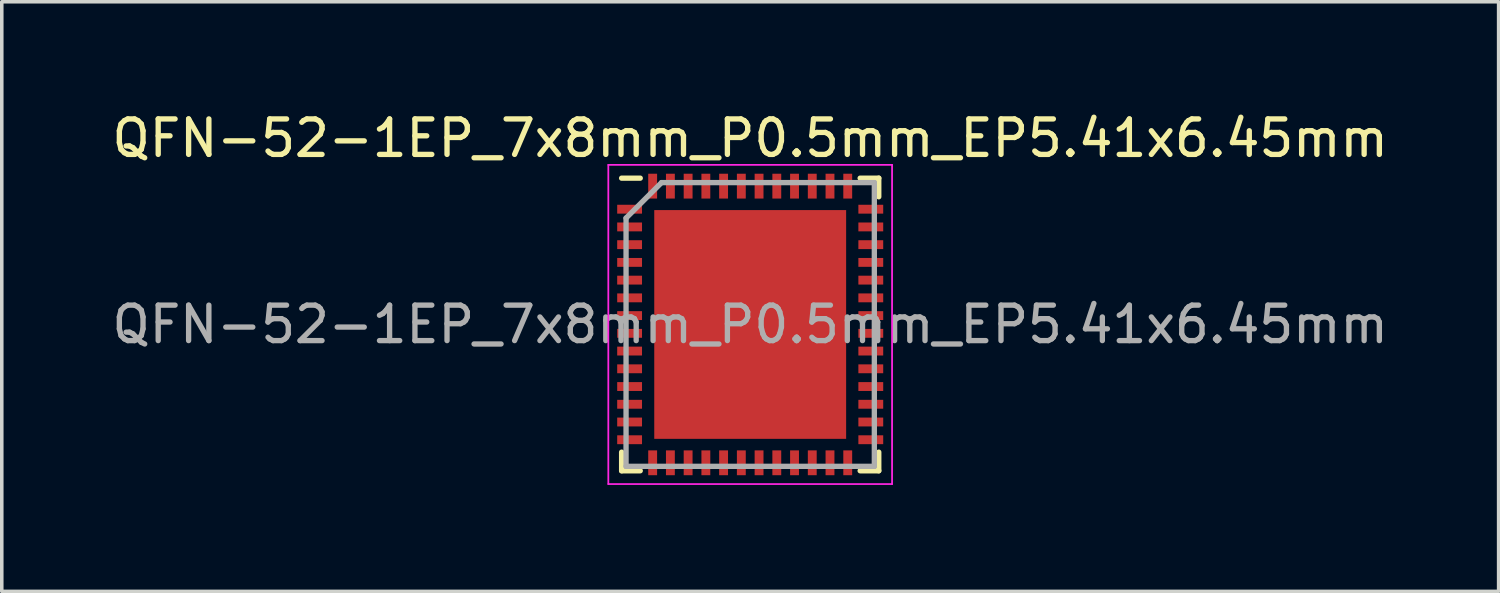
<source format=kicad_pcb>
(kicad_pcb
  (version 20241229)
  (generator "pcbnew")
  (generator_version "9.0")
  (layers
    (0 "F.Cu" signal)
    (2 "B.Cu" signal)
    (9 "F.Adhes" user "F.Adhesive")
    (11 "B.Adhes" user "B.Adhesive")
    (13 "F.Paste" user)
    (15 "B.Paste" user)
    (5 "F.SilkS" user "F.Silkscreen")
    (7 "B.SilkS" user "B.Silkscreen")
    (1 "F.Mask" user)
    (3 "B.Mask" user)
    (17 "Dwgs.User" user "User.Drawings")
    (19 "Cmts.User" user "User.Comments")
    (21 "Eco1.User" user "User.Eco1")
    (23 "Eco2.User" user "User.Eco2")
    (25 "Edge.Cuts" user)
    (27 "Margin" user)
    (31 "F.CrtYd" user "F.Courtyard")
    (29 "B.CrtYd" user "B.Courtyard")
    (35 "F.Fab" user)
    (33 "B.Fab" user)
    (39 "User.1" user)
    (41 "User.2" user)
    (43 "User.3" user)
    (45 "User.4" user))
  (footprint "QFN-52-1EP_7x8mm_P0.5mm_EP5.41x6.45mm"
    (layer "F.Cu")
    (at 18.101 6.098)
    (property "Reference" "QFN-52-1EP_7x8mm_P0.5mm_EP5.41x6.45mm" (at 0 -5.25 0) (layer "F.SilkS") (effects (font (size 1 1) (thickness 0.15))))
    (attr smd)
    (fp_line (start -3.625 -4.125) (end -3.1 -4.125) (stroke (width 0.15) (type solid)) (layer "F.SilkS"))
    (fp_line (start -3.625 4.125) (end -3.625 3.6) (stroke (width 0.15) (type solid)) (layer "F.SilkS"))
    (fp_line (start -3.625 4.125) (end -3.1 4.125) (stroke (width 0.15) (type solid)) (layer "F.SilkS"))
    (fp_line (start 3.625 -4.125) (end 3.1 -4.125) (stroke (width 0.15) (type solid)) (layer "F.SilkS"))
    (fp_line (start 3.625 -4.125) (end 3.625 -3.6) (stroke (width 0.15) (type solid)) (layer "F.SilkS"))
    (fp_line (start 3.625 4.125) (end 3.1 4.125) (stroke (width 0.15) (type solid)) (layer "F.SilkS"))
    (fp_line (start 3.625 4.125) (end 3.625 3.6) (stroke (width 0.15) (type solid)) (layer "F.SilkS"))
    (fp_line (start -4 -4.5) (end -4 4.5) (stroke (width 0.05) (type solid)) (layer "F.CrtYd"))
    (fp_line (start -4 -4.5) (end 4 -4.5) (stroke (width 0.05) (type solid)) (layer "F.CrtYd"))
    (fp_line (start -4 4.5) (end 4 4.5) (stroke (width 0.05) (type solid)) (layer "F.CrtYd"))
    (fp_line (start 4 -4.5) (end 4 4.5) (stroke (width 0.05) (type solid)) (layer "F.CrtYd"))
    (fp_line (start -3.5 -3) (end -2.5 -4) (stroke (width 0.15) (type solid)) (layer "F.Fab"))
    (fp_line (start -3.5 4) (end -3.5 -3) (stroke (width 0.15) (type solid)) (layer "F.Fab"))
    (fp_line (start -2.5 -4) (end 3.5 -4) (stroke (width 0.15) (type solid)) (layer "F.Fab"))
    (fp_line (start 3.5 -4) (end 3.5 4) (stroke (width 0.15) (type solid)) (layer "F.Fab"))
    (fp_line (start 3.5 4) (end -3.5 4) (stroke (width 0.15) (type solid)) (layer "F.Fab"))
    (fp_text user "${REFERENCE}" (at 0 0 0) (layer "F.Fab") (effects (font (size 1 1) (thickness 0.15))))
    (pad "" smd rect (at -2.029 -2.58) (size 1.1 1.03) (layers "F.Paste"))
    (pad "" smd rect (at -2.029 -1.29) (size 1.1 1.03) (layers "F.Paste"))
    (pad "" smd rect (at -2.029 0) (size 1.1 1.03) (layers "F.Paste"))
    (pad "" smd rect (at -2.029 1.29) (size 1.1 1.03) (layers "F.Paste"))
    (pad "" smd rect (at -2.029 2.58) (size 1.1 1.03) (layers "F.Paste"))
    (pad "" smd rect (at -0.676 -2.58) (size 1.1 1.03) (layers "F.Paste"))
    (pad "" smd rect (at -0.676 -1.29) (size 1.1 1.03) (layers "F.Paste"))
    (pad "" smd rect (at -0.676 0) (size 1.1 1.03) (layers "F.Paste"))
    (pad "" smd rect (at -0.676 1.29) (size 1.1 1.03) (layers "F.Paste"))
    (pad "" smd rect (at -0.676 2.58) (size 1.1 1.03) (layers "F.Paste"))
    (pad "" smd rect (at 0.676 -2.58) (size 1.1 1.03) (layers "F.Paste"))
    (pad "" smd rect (at 0.676 -1.29) (size 1.1 1.03) (layers "F.Paste"))
    (pad "" smd rect (at 0.676 0) (size 1.1 1.03) (layers "F.Paste"))
    (pad "" smd rect (at 0.676 1.29) (size 1.1 1.03) (layers "F.Paste"))
    (pad "" smd rect (at 0.676 2.58) (size 1.1 1.03) (layers "F.Paste"))
    (pad "" smd rect (at 2.029 -2.58) (size 1.1 1.03) (layers "F.Paste"))
    (pad "" smd rect (at 2.029 -1.29) (size 1.1 1.03) (layers "F.Paste"))
    (pad "" smd rect (at 2.029 0) (size 1.1 1.03) (layers "F.Paste"))
    (pad "" smd rect (at 2.029 1.29) (size 1.1 1.03) (layers "F.Paste"))
    (pad "" smd rect (at 2.029 2.58) (size 1.1 1.03) (layers "F.Paste"))
    (pad "1" smd rect (at -3.4 -3.25) (size 0.7 0.25) (layers "F.Cu" "F.Mask" "F.Paste"))
    (pad "2" smd rect (at -3.4 -2.75) (size 0.7 0.25) (layers "F.Cu" "F.Mask" "F.Paste"))
    (pad "3" smd rect (at -3.4 -2.25) (size 0.7 0.25) (layers "F.Cu" "F.Mask" "F.Paste"))
    (pad "4" smd rect (at -3.4 -1.75) (size 0.7 0.25) (layers "F.Cu" "F.Mask" "F.Paste"))
    (pad "5" smd rect (at -3.4 -1.25) (size 0.7 0.25) (layers "F.Cu" "F.Mask" "F.Paste"))
    (pad "6" smd rect (at -3.4 -0.75) (size 0.7 0.25) (layers "F.Cu" "F.Mask" "F.Paste"))
    (pad "7" smd rect (at -3.4 -0.25) (size 0.7 0.25) (layers "F.Cu" "F.Mask" "F.Paste"))
    (pad "8" smd rect (at -3.4 0.25) (size 0.7 0.25) (layers "F.Cu" "F.Mask" "F.Paste"))
    (pad "9" smd rect (at -3.4 0.75) (size 0.7 0.25) (layers "F.Cu" "F.Mask" "F.Paste"))
    (pad "10" smd rect (at -3.4 1.25) (size 0.7 0.25) (layers "F.Cu" "F.Mask" "F.Paste"))
    (pad "11" smd rect (at -3.4 1.75) (size 0.7 0.25) (layers "F.Cu" "F.Mask" "F.Paste"))
    (pad "12" smd rect (at -3.4 2.25) (size 0.7 0.25) (layers "F.Cu" "F.Mask" "F.Paste"))
    (pad "13" smd rect (at -3.4 2.75) (size 0.7 0.25) (layers "F.Cu" "F.Mask" "F.Paste"))
    (pad "14" smd rect (at -3.4 3.25) (size 0.7 0.25) (layers "F.Cu" "F.Mask" "F.Paste"))
    (pad "15" smd rect (at -2.75 3.9 90) (size 0.7 0.25) (layers "F.Cu" "F.Mask" "F.Paste"))
    (pad "16" smd rect (at -2.25 3.9 90) (size 0.7 0.25) (layers "F.Cu" "F.Mask" "F.Paste"))
    (pad "17" smd rect (at -1.75 3.9 90) (size 0.7 0.25) (layers "F.Cu" "F.Mask" "F.Paste"))
    (pad "18" smd rect (at -1.25 3.9 90) (size 0.7 0.25) (layers "F.Cu" "F.Mask" "F.Paste"))
    (pad "19" smd rect (at -0.75 3.9 90) (size 0.7 0.25) (layers "F.Cu" "F.Mask" "F.Paste"))
    (pad "20" smd rect (at -0.25 3.9 90) (size 0.7 0.25) (layers "F.Cu" "F.Mask" "F.Paste"))
    (pad "21" smd rect (at 0.25 3.9 90) (size 0.7 0.25) (layers "F.Cu" "F.Mask" "F.Paste"))
    (pad "22" smd rect (at 0.75 3.9 90) (size 0.7 0.25) (layers "F.Cu" "F.Mask" "F.Paste"))
    (pad "23" smd rect (at 1.25 3.9 90) (size 0.7 0.25) (layers "F.Cu" "F.Mask" "F.Paste"))
    (pad "24" smd rect (at 1.75 3.9 90) (size 0.7 0.25) (layers "F.Cu" "F.Mask" "F.Paste"))
    (pad "25" smd rect (at 2.25 3.9 90) (size 0.7 0.25) (layers "F.Cu" "F.Mask" "F.Paste"))
    (pad "26" smd rect (at 2.75 3.9 90) (size 0.7 0.25) (layers "F.Cu" "F.Mask" "F.Paste"))
    (pad "27" smd rect (at 3.4 3.25) (size 0.7 0.25) (layers "F.Cu" "F.Mask" "F.Paste"))
    (pad "28" smd rect (at 3.4 2.75) (size 0.7 0.25) (layers "F.Cu" "F.Mask" "F.Paste"))
    (pad "29" smd rect (at 3.4 2.25) (size 0.7 0.25) (layers "F.Cu" "F.Mask" "F.Paste"))
    (pad "30" smd rect (at 3.4 1.75) (size 0.7 0.25) (layers "F.Cu" "F.Mask" "F.Paste"))
    (pad "31" smd rect (at 3.4 1.25) (size 0.7 0.25) (layers "F.Cu" "F.Mask" "F.Paste"))
    (pad "32" smd rect (at 3.4 0.75) (size 0.7 0.25) (layers "F.Cu" "F.Mask" "F.Paste"))
    (pad "33" smd rect (at 3.4 0.25) (size 0.7 0.25) (layers "F.Cu" "F.Mask" "F.Paste"))
    (pad "34" smd rect (at 3.4 -0.25) (size 0.7 0.25) (layers "F.Cu" "F.Mask" "F.Paste"))
    (pad "35" smd rect (at 3.4 -0.75) (size 0.7 0.25) (layers "F.Cu" "F.Mask" "F.Paste"))
    (pad "36" smd rect (at 3.4 -1.25) (size 0.7 0.25) (layers "F.Cu" "F.Mask" "F.Paste"))
    (pad "37" smd rect (at 3.4 -1.75) (size 0.7 0.25) (layers "F.Cu" "F.Mask" "F.Paste"))
    (pad "38" smd rect (at 3.4 -2.25) (size 0.7 0.25) (layers "F.Cu" "F.Mask" "F.Paste"))
    (pad "39" smd rect (at 3.4 -2.75) (size 0.7 0.25) (layers "F.Cu" "F.Mask" "F.Paste"))
    (pad "40" smd rect (at 3.4 -3.25) (size 0.7 0.25) (layers "F.Cu" "F.Mask" "F.Paste"))
    (pad "41" smd rect (at 2.75 -3.9 90) (size 0.7 0.25) (layers "F.Cu" "F.Mask" "F.Paste"))
    (pad "42" smd rect (at 2.25 -3.9 90) (size 0.7 0.25) (layers "F.Cu" "F.Mask" "F.Paste"))
    (pad "43" smd rect (at 1.75 -3.9 90) (size 0.7 0.25) (layers "F.Cu" "F.Mask" "F.Paste"))
    (pad "44" smd rect (at 1.25 -3.9 90) (size 0.7 0.25) (layers "F.Cu" "F.Mask" "F.Paste"))
    (pad "45" smd rect (at 0.75 -3.9 90) (size 0.7 0.25) (layers "F.Cu" "F.Mask" "F.Paste"))
    (pad "46" smd rect (at 0.25 -3.9 90) (size 0.7 0.25) (layers "F.Cu" "F.Mask" "F.Paste"))
    (pad "47" smd rect (at -0.25 -3.9 90) (size 0.7 0.25) (layers "F.Cu" "F.Mask" "F.Paste"))
    (pad "48" smd rect (at -0.75 -3.9 90) (size 0.7 0.25) (layers "F.Cu" "F.Mask" "F.Paste"))
    (pad "49" smd rect (at -1.25 -3.9 90) (size 0.7 0.25) (layers "F.Cu" "F.Mask" "F.Paste"))
    (pad "50" smd rect (at -1.75 -3.9 90) (size 0.7 0.25) (layers "F.Cu" "F.Mask" "F.Paste"))
    (pad "51" smd rect (at -2.25 -3.9 90) (size 0.7 0.25) (layers "F.Cu" "F.Mask" "F.Paste"))
    (pad "52" smd rect (at -2.75 -3.9 90) (size 0.7 0.25) (layers "F.Cu" "F.Mask" "F.Paste"))
    (pad "53" smd rect (at 0 0) (size 5.41 6.45) (layers "F.Cu" "F.Mask")))
  (gr_rect
    (start -3 -3)
    (end 39.202 13.623)
    (stroke (width 0.1) (type default))
    (fill no)
    (layer "Edge.Cuts")))
</source>
